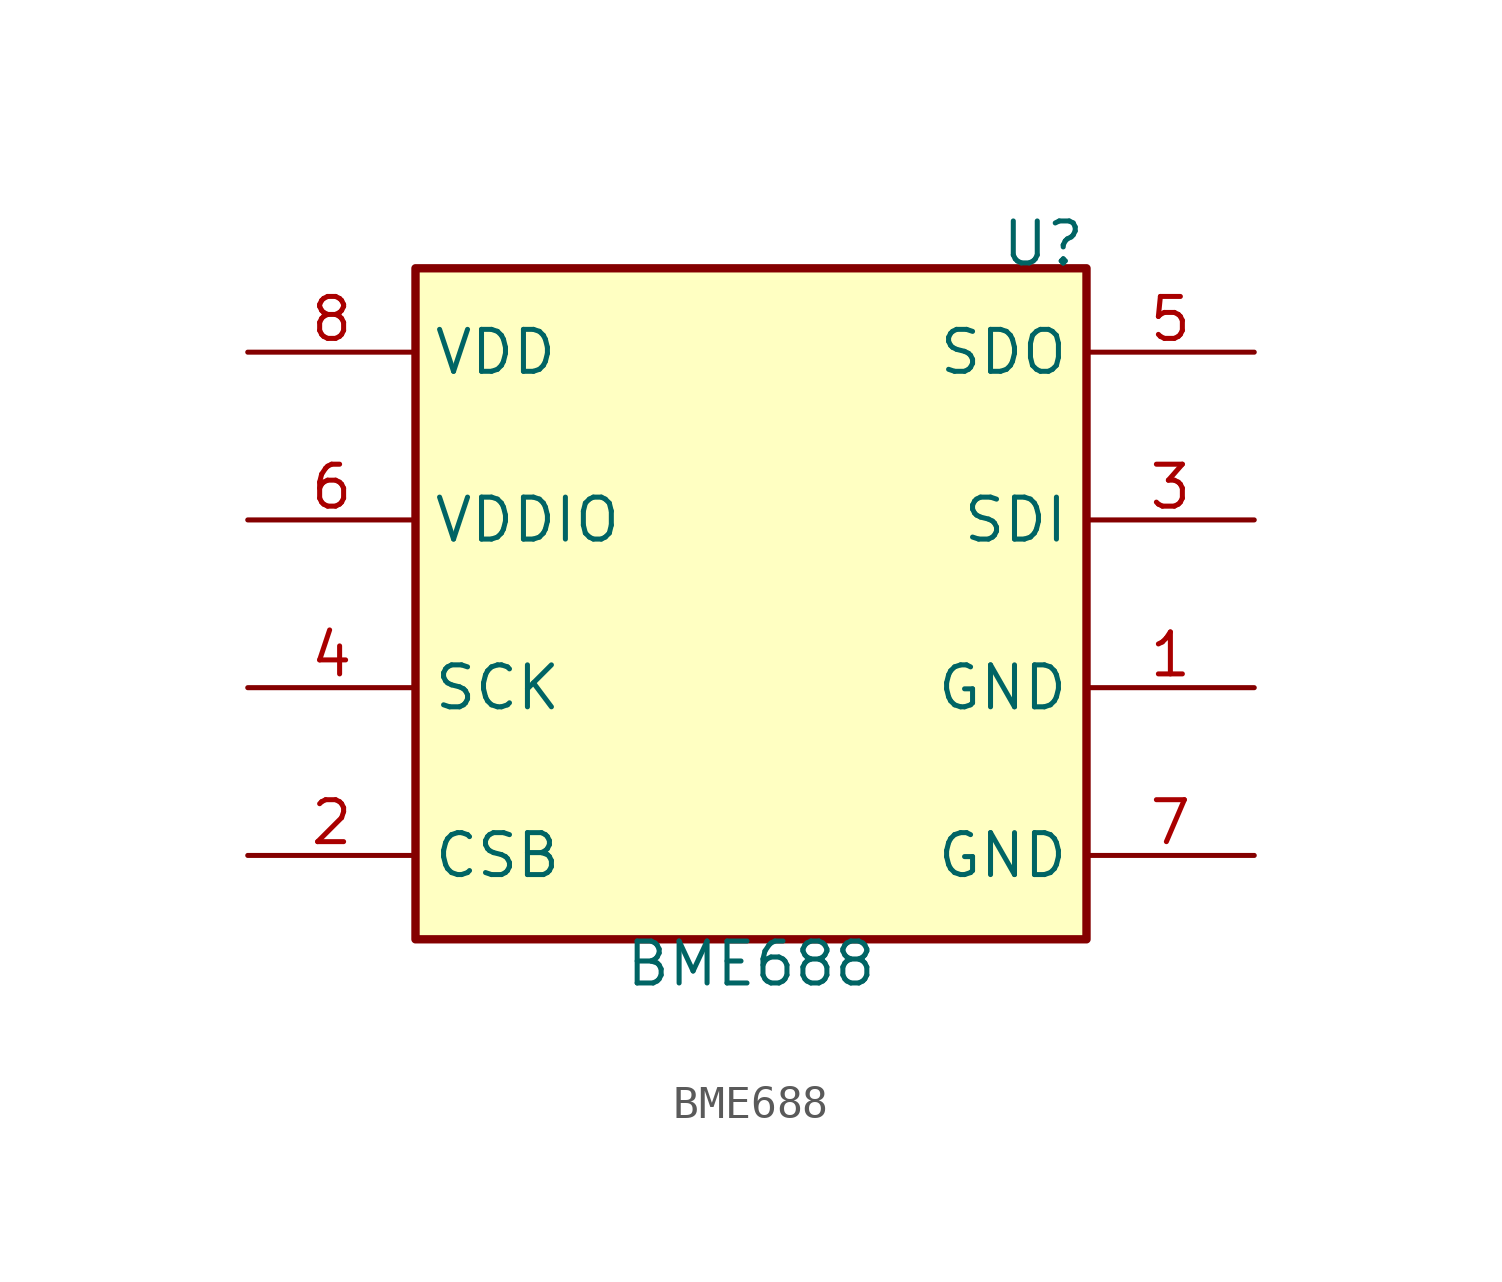
<source format=kicad_sym>
(kicad_symbol_lib
  (version 20211014)
  (generator kicad_symbol_editor)
  (symbol "BME688"
    (property "Reference" "U"
      (at 10.16 10.16 0)
      (effects (font (size 1.27 1.27)) (justify right bottom)))
    (property "Value" "BME688"
      (at 0 -10.16 0)
      (effects (font (size 1.27 1.27)) (justify top)))
    (symbol "BME688_0_1"
      (rectangle (start -10.16 10.16) (end 10.16 -10.16) (stroke (width 0.254) (type default) (color 0 0 0 0)) (fill (type background))))
    (symbol "BME688_1_1"
      (pin power_in line (at 15.24 -2.54 180) (length 5.08) (name "GND" (effects (font (size 1.27 1.27)))) (number "1" (effects (font (size 1.27 1.27)))))
      (pin input line (at -15.24 -7.62 0) (length 5.08) (name "CSB" (effects (font (size 1.27 1.27)))) (number "2" (effects (font (size 1.27 1.27)))))
      (pin bidirectional line (at 15.24 2.54 180) (length 5.08) (name "SDI" (effects (font (size 1.27 1.27)))) (number "3" (effects (font (size 1.27 1.27)))))
      (pin input line (at -15.24 -2.54 0) (length 5.08) (name "SCK" (effects (font (size 1.27 1.27)))) (number "4" (effects (font (size 1.27 1.27)))))
      (pin bidirectional line (at 15.24 7.62 180) (length 5.08) (name "SDO" (effects (font (size 1.27 1.27)))) (number "5" (effects (font (size 1.27 1.27)))))
      (pin power_in line (at -15.24 2.54 0) (length 5.08) (name "VDDIO" (effects (font (size 1.27 1.27)))) (number "6" (effects (font (size 1.27 1.27)))))
      (pin power_in line (at 15.24 -7.62 180) (length 5.08) (name "GND" (effects (font (size 1.27 1.27)))) (number "7" (effects (font (size 1.27 1.27)))))
      (pin power_in line (at -15.24 7.62 0) (length 5.08) (name "VDD" (effects (font (size 1.27 1.27)))) (number "8" (effects (font (size 1.27 1.27))))))))
</source>
